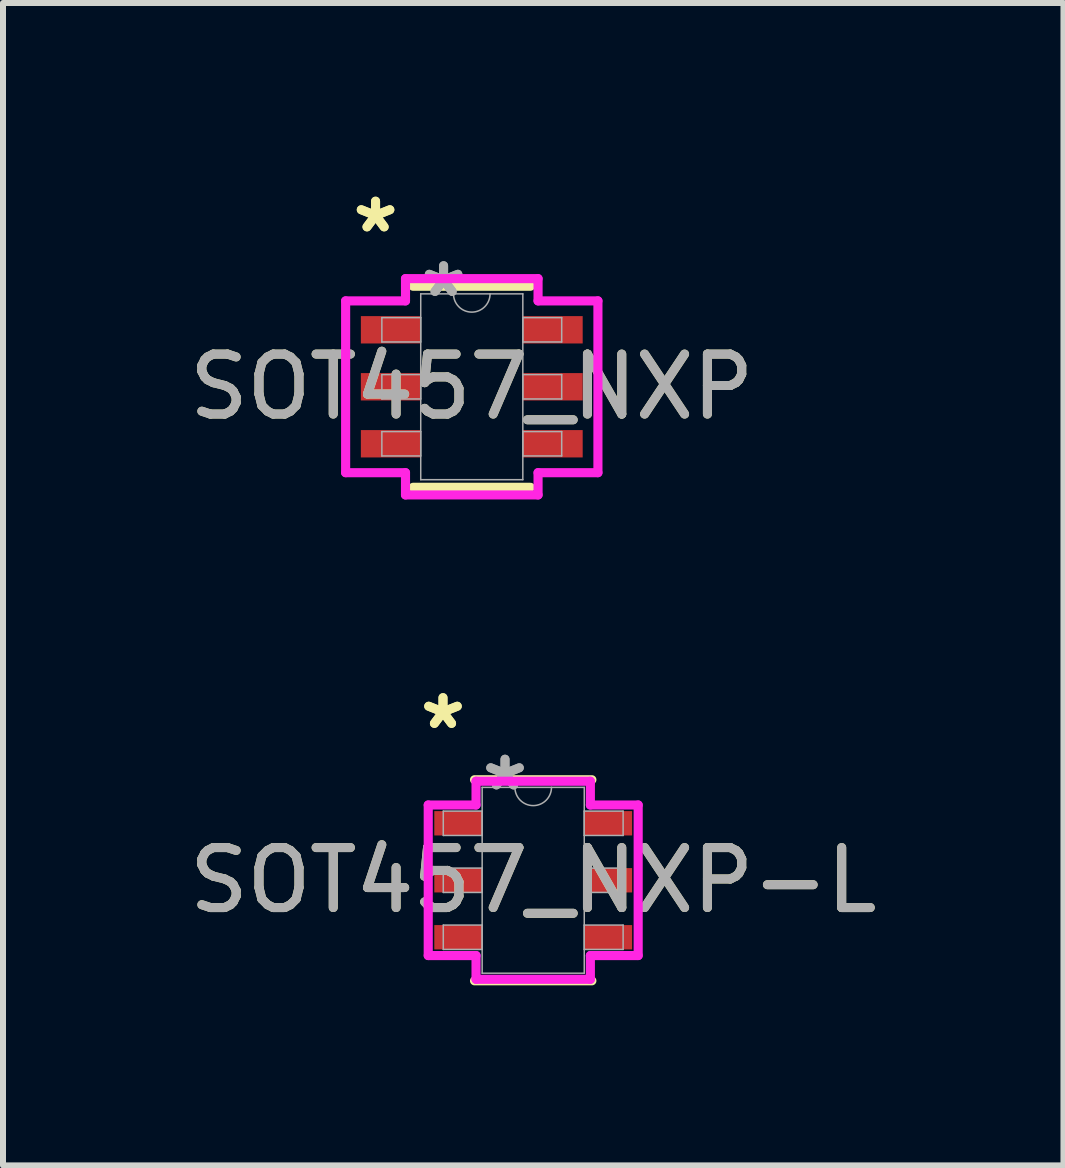
<source format=kicad_pcb>
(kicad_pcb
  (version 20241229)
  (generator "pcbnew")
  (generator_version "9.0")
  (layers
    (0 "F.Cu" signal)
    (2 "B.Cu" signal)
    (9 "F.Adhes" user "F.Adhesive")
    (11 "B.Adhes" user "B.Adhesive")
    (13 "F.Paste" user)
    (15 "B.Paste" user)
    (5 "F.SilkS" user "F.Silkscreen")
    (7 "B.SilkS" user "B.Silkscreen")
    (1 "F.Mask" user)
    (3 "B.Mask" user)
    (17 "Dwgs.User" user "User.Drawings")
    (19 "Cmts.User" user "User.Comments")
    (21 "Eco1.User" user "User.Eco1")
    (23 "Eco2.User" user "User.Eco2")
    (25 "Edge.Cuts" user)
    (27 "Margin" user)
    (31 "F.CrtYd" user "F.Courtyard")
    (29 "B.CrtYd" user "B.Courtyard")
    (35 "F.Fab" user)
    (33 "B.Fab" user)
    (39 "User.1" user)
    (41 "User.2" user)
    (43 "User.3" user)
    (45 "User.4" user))
  (footprint "SOT457_NXP"
    (layer "F.Cu")
    (at 4.815 3.398)
    (property "Reference" "SOT457_NXP" (at 0 0 0) (unlocked yes) (layer "F.SilkS") (effects (font (size 1 1) (thickness 0.15))))
    (attr smd)
    (fp_line (start -0.978 1.676) (end 0.978 1.676) (stroke (width 0.152) (type solid)) (layer "F.SilkS"))
    (fp_line (start 0.978 -1.676) (end -0.978 -1.676) (stroke (width 0.152) (type solid)) (layer "F.SilkS"))
    (fp_line (start -2.103 -1.432) (end -1.105 -1.432) (stroke (width 0.152) (type solid)) (layer "F.CrtYd"))
    (fp_line (start -2.103 1.432) (end -2.103 -1.432) (stroke (width 0.152) (type solid)) (layer "F.CrtYd"))
    (fp_line (start -2.103 1.432) (end -1.105 1.432) (stroke (width 0.152) (type solid)) (layer "F.CrtYd"))
    (fp_line (start -1.105 -1.803) (end 1.105 -1.803) (stroke (width 0.152) (type solid)) (layer "F.CrtYd"))
    (fp_line (start -1.105 -1.432) (end -1.105 -1.803) (stroke (width 0.152) (type solid)) (layer "F.CrtYd"))
    (fp_line (start -1.105 1.803) (end -1.105 1.432) (stroke (width 0.152) (type solid)) (layer "F.CrtYd"))
    (fp_line (start 1.105 -1.803) (end 1.105 -1.432) (stroke (width 0.152) (type solid)) (layer "F.CrtYd"))
    (fp_line (start 1.105 1.432) (end 1.105 1.803) (stroke (width 0.152) (type solid)) (layer "F.CrtYd"))
    (fp_line (start 1.105 1.803) (end -1.105 1.803) (stroke (width 0.152) (type solid)) (layer "F.CrtYd"))
    (fp_line (start 2.103 -1.432) (end 1.105 -1.432) (stroke (width 0.152) (type solid)) (layer "F.CrtYd"))
    (fp_line (start 2.103 -1.432) (end 2.103 1.432) (stroke (width 0.152) (type solid)) (layer "F.CrtYd"))
    (fp_line (start 2.103 1.432) (end 1.105 1.432) (stroke (width 0.152) (type solid)) (layer "F.CrtYd"))
    (fp_line (start -1.499 -1.153) (end -1.499 -0.747) (stroke (width 0.025) (type solid)) (layer "F.Fab"))
    (fp_line (start -1.499 -0.747) (end -0.851 -0.747) (stroke (width 0.025) (type solid)) (layer "F.Fab"))
    (fp_line (start -1.499 -0.203) (end -1.499 0.203) (stroke (width 0.025) (type solid)) (layer "F.Fab"))
    (fp_line (start -1.499 0.203) (end -0.851 0.203) (stroke (width 0.025) (type solid)) (layer "F.Fab"))
    (fp_line (start -1.499 0.747) (end -1.499 1.153) (stroke (width 0.025) (type solid)) (layer "F.Fab"))
    (fp_line (start -1.499 1.153) (end -0.851 1.153) (stroke (width 0.025) (type solid)) (layer "F.Fab"))
    (fp_line (start -0.851 -1.549) (end -0.851 1.549) (stroke (width 0.025) (type solid)) (layer "F.Fab"))
    (fp_line (start -0.851 -1.153) (end -1.499 -1.153) (stroke (width 0.025) (type solid)) (layer "F.Fab"))
    (fp_line (start -0.851 -0.747) (end -0.851 -1.153) (stroke (width 0.025) (type solid)) (layer "F.Fab"))
    (fp_line (start -0.851 -0.203) (end -1.499 -0.203) (stroke (width 0.025) (type solid)) (layer "F.Fab"))
    (fp_line (start -0.851 0.203) (end -0.851 -0.203) (stroke (width 0.025) (type solid)) (layer "F.Fab"))
    (fp_line (start -0.851 0.747) (end -1.499 0.747) (stroke (width 0.025) (type solid)) (layer "F.Fab"))
    (fp_line (start -0.851 1.153) (end -0.851 0.747) (stroke (width 0.025) (type solid)) (layer "F.Fab"))
    (fp_line (start -0.851 1.549) (end 0.851 1.549) (stroke (width 0.025) (type solid)) (layer "F.Fab"))
    (fp_line (start 0.851 -1.549) (end -0.851 -1.549) (stroke (width 0.025) (type solid)) (layer "F.Fab"))
    (fp_line (start 0.851 -1.153) (end 0.851 -0.747) (stroke (width 0.025) (type solid)) (layer "F.Fab"))
    (fp_line (start 0.851 -0.747) (end 1.499 -0.747) (stroke (width 0.025) (type solid)) (layer "F.Fab"))
    (fp_line (start 0.851 -0.203) (end 0.851 0.203) (stroke (width 0.025) (type solid)) (layer "F.Fab"))
    (fp_line (start 0.851 0.203) (end 1.499 0.203) (stroke (width 0.025) (type solid)) (layer "F.Fab"))
    (fp_line (start 0.851 0.747) (end 0.851 1.153) (stroke (width 0.025) (type solid)) (layer "F.Fab"))
    (fp_line (start 0.851 1.153) (end 1.499 1.153) (stroke (width 0.025) (type solid)) (layer "F.Fab"))
    (fp_line (start 0.851 1.549) (end 0.851 -1.549) (stroke (width 0.025) (type solid)) (layer "F.Fab"))
    (fp_line (start 1.499 -1.153) (end 0.851 -1.153) (stroke (width 0.025) (type solid)) (layer "F.Fab"))
    (fp_line (start 1.499 -0.747) (end 1.499 -1.153) (stroke (width 0.025) (type solid)) (layer "F.Fab"))
    (fp_line (start 1.499 -0.203) (end 0.851 -0.203) (stroke (width 0.025) (type solid)) (layer "F.Fab"))
    (fp_line (start 1.499 0.203) (end 1.499 -0.203) (stroke (width 0.025) (type solid)) (layer "F.Fab"))
    (fp_line (start 1.499 0.747) (end 0.851 0.747) (stroke (width 0.025) (type solid)) (layer "F.Fab"))
    (fp_line (start 1.499 1.153) (end 1.499 0.747) (stroke (width 0.025) (type solid)) (layer "F.Fab"))
    (fp_arc (start 0.3048 -1.5494) (mid 0 -1.2446) (end -0.3048 -1.5494) (stroke (width 0.0254) (type solid)) (layer "F.Fab"))
    (fp_text user "*" (at -1.604 -2.549 0) (layer "F.SilkS") (effects (font (size 1 1) (thickness 0.15))))
    (fp_text user "*" (at -1.604 -2.549 0) (unlocked yes) (layer "F.SilkS") (effects (font (size 1 1) (thickness 0.15))))
    (fp_text user "*" (at -0.47 -1.473 0) (layer "F.Fab") (effects (font (size 1 1) (thickness 0.15))))
    (fp_text user "*" (at -0.47 -1.473 0) (unlocked yes) (layer "F.Fab") (effects (font (size 1 1) (thickness 0.15))))
    (fp_text user "${REFERENCE}" (at 0 0 0) (unlocked yes) (layer "F.Fab") (effects (font (size 1 1) (thickness 0.15))))
    (pad "1" smd rect (at -1.35 -0.95) (size 0.998 0.456) (layers "F.Cu" "F.Mask" "F.Paste"))
    (pad "2" smd rect (at -1.35 0) (size 0.998 0.456) (layers "F.Cu" "F.Mask" "F.Paste"))
    (pad "3" smd rect (at -1.35 0.95) (size 0.998 0.456) (layers "F.Cu" "F.Mask" "F.Paste"))
    (pad "4" smd rect (at 1.35 0.95) (size 0.998 0.456) (layers "F.Cu" "F.Mask" "F.Paste"))
    (pad "5" smd rect (at 1.35 0) (size 0.998 0.456) (layers "F.Cu" "F.Mask" "F.Paste"))
    (pad "6" smd rect (at 1.35 -0.95) (size 0.998 0.456) (layers "F.Cu" "F.Mask" "F.Paste")))
  (footprint "SOT457_NXP-L"
    (layer "F.Cu")
    (at 5.839 11.625)
    (property "Reference" "SOT457_NXP-L" (at 0 0 0) (unlocked yes) (layer "F.SilkS") (effects (font (size 1 1) (thickness 0.15))))
    (attr smd)
    (fp_line (start -0.978 1.676) (end 0.978 1.676) (stroke (width 0.152) (type solid)) (layer "F.SilkS"))
    (fp_line (start 0.978 -1.676) (end -0.978 -1.676) (stroke (width 0.152) (type solid)) (layer "F.SilkS"))
    (fp_line (start -1.75 -1.255) (end -0.953 -1.255) (stroke (width 0.152) (type solid)) (layer "F.CrtYd"))
    (fp_line (start -1.75 1.255) (end -1.75 -1.255) (stroke (width 0.152) (type solid)) (layer "F.CrtYd"))
    (fp_line (start -1.75 1.255) (end -0.953 1.255) (stroke (width 0.152) (type solid)) (layer "F.CrtYd"))
    (fp_line (start -0.953 -1.651) (end 0.953 -1.651) (stroke (width 0.152) (type solid)) (layer "F.CrtYd"))
    (fp_line (start -0.953 -1.255) (end -0.953 -1.651) (stroke (width 0.152) (type solid)) (layer "F.CrtYd"))
    (fp_line (start -0.953 1.651) (end -0.953 1.255) (stroke (width 0.152) (type solid)) (layer "F.CrtYd"))
    (fp_line (start 0.953 -1.651) (end 0.953 -1.255) (stroke (width 0.152) (type solid)) (layer "F.CrtYd"))
    (fp_line (start 0.953 1.255) (end 0.953 1.651) (stroke (width 0.152) (type solid)) (layer "F.CrtYd"))
    (fp_line (start 0.953 1.651) (end -0.953 1.651) (stroke (width 0.152) (type solid)) (layer "F.CrtYd"))
    (fp_line (start 1.75 -1.255) (end 0.953 -1.255) (stroke (width 0.152) (type solid)) (layer "F.CrtYd"))
    (fp_line (start 1.75 -1.255) (end 1.75 1.255) (stroke (width 0.152) (type solid)) (layer "F.CrtYd"))
    (fp_line (start 1.75 1.255) (end 0.953 1.255) (stroke (width 0.152) (type solid)) (layer "F.CrtYd"))
    (fp_line (start -1.499 -1.153) (end -1.499 -0.747) (stroke (width 0.025) (type solid)) (layer "F.Fab"))
    (fp_line (start -1.499 -0.747) (end -0.851 -0.747) (stroke (width 0.025) (type solid)) (layer "F.Fab"))
    (fp_line (start -1.499 -0.203) (end -1.499 0.203) (stroke (width 0.025) (type solid)) (layer "F.Fab"))
    (fp_line (start -1.499 0.203) (end -0.851 0.203) (stroke (width 0.025) (type solid)) (layer "F.Fab"))
    (fp_line (start -1.499 0.747) (end -1.499 1.153) (stroke (width 0.025) (type solid)) (layer "F.Fab"))
    (fp_line (start -1.499 1.153) (end -0.851 1.153) (stroke (width 0.025) (type solid)) (layer "F.Fab"))
    (fp_line (start -0.851 -1.549) (end -0.851 1.549) (stroke (width 0.025) (type solid)) (layer "F.Fab"))
    (fp_line (start -0.851 -1.153) (end -1.499 -1.153) (stroke (width 0.025) (type solid)) (layer "F.Fab"))
    (fp_line (start -0.851 -0.747) (end -0.851 -1.153) (stroke (width 0.025) (type solid)) (layer "F.Fab"))
    (fp_line (start -0.851 -0.203) (end -1.499 -0.203) (stroke (width 0.025) (type solid)) (layer "F.Fab"))
    (fp_line (start -0.851 0.203) (end -0.851 -0.203) (stroke (width 0.025) (type solid)) (layer "F.Fab"))
    (fp_line (start -0.851 0.747) (end -1.499 0.747) (stroke (width 0.025) (type solid)) (layer "F.Fab"))
    (fp_line (start -0.851 1.153) (end -0.851 0.747) (stroke (width 0.025) (type solid)) (layer "F.Fab"))
    (fp_line (start -0.851 1.549) (end 0.851 1.549) (stroke (width 0.025) (type solid)) (layer "F.Fab"))
    (fp_line (start 0.851 -1.549) (end -0.851 -1.549) (stroke (width 0.025) (type solid)) (layer "F.Fab"))
    (fp_line (start 0.851 -1.153) (end 0.851 -0.747) (stroke (width 0.025) (type solid)) (layer "F.Fab"))
    (fp_line (start 0.851 -0.747) (end 1.499 -0.747) (stroke (width 0.025) (type solid)) (layer "F.Fab"))
    (fp_line (start 0.851 -0.203) (end 0.851 0.203) (stroke (width 0.025) (type solid)) (layer "F.Fab"))
    (fp_line (start 0.851 0.203) (end 1.499 0.203) (stroke (width 0.025) (type solid)) (layer "F.Fab"))
    (fp_line (start 0.851 0.747) (end 0.851 1.153) (stroke (width 0.025) (type solid)) (layer "F.Fab"))
    (fp_line (start 0.851 1.153) (end 1.499 1.153) (stroke (width 0.025) (type solid)) (layer "F.Fab"))
    (fp_line (start 0.851 1.549) (end 0.851 -1.549) (stroke (width 0.025) (type solid)) (layer "F.Fab"))
    (fp_line (start 1.499 -1.153) (end 0.851 -1.153) (stroke (width 0.025) (type solid)) (layer "F.Fab"))
    (fp_line (start 1.499 -0.747) (end 1.499 -1.153) (stroke (width 0.025) (type solid)) (layer "F.Fab"))
    (fp_line (start 1.499 -0.203) (end 0.851 -0.203) (stroke (width 0.025) (type solid)) (layer "F.Fab"))
    (fp_line (start 1.499 0.203) (end 1.499 -0.203) (stroke (width 0.025) (type solid)) (layer "F.Fab"))
    (fp_line (start 1.499 0.747) (end 0.851 0.747) (stroke (width 0.025) (type solid)) (layer "F.Fab"))
    (fp_line (start 1.499 1.153) (end 1.499 0.747) (stroke (width 0.025) (type solid)) (layer "F.Fab"))
    (fp_arc (start 0.3048 -1.5494) (mid 0 -1.2446) (end -0.3048 -1.5494) (stroke (width 0.0254) (type solid)) (layer "F.Fab"))
    (fp_text user "*" (at -1.504 -2.499 0) (layer "F.SilkS") (effects (font (size 1 1) (thickness 0.15))))
    (fp_text user "*" (at -1.504 -2.499 0) (unlocked yes) (layer "F.SilkS") (effects (font (size 1 1) (thickness 0.15))))
    (fp_text user "${REFERENCE}" (at 0 0 0) (unlocked yes) (layer "F.Fab") (effects (font (size 1 1) (thickness 0.15))))
    (fp_text user "*" (at -0.47 -1.473 0) (unlocked yes) (layer "F.Fab") (effects (font (size 1 1) (thickness 0.15))))
    (fp_text user "*" (at -0.47 -1.473 0) (layer "F.Fab") (effects (font (size 1 1) (thickness 0.15))))
    (pad "1" smd rect (at -1.25 -0.95) (size 0.798 0.406) (layers "F.Cu" "F.Mask" "F.Paste"))
    (pad "2" smd rect (at -1.25 0) (size 0.798 0.406) (layers "F.Cu" "F.Mask" "F.Paste"))
    (pad "3" smd rect (at -1.25 0.95) (size 0.798 0.406) (layers "F.Cu" "F.Mask" "F.Paste"))
    (pad "4" smd rect (at 1.25 0.95) (size 0.798 0.406) (layers "F.Cu" "F.Mask" "F.Paste"))
    (pad "5" smd rect (at 1.25 0) (size 0.798 0.406) (layers "F.Cu" "F.Mask" "F.Paste"))
    (pad "6" smd rect (at 1.25 -0.95) (size 0.798 0.406) (layers "F.Cu" "F.Mask" "F.Paste")))
  (gr_rect
    (start -3 -3)
    (end 14.679 16.378)
    (stroke (width 0.1) (type default))
    (fill no)
    (layer "Edge.Cuts")))
</source>
